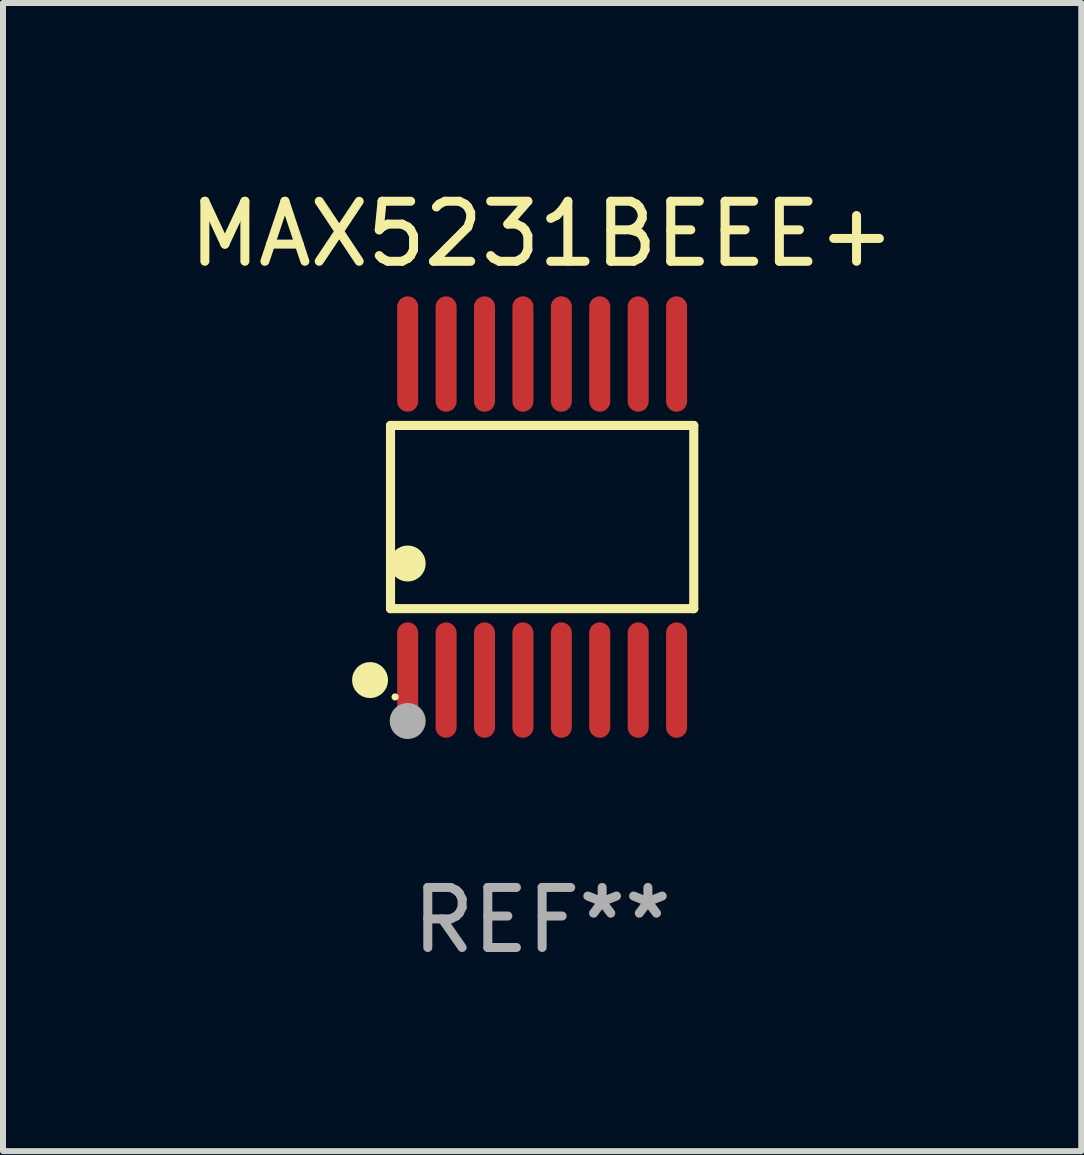
<source format=kicad_pcb>
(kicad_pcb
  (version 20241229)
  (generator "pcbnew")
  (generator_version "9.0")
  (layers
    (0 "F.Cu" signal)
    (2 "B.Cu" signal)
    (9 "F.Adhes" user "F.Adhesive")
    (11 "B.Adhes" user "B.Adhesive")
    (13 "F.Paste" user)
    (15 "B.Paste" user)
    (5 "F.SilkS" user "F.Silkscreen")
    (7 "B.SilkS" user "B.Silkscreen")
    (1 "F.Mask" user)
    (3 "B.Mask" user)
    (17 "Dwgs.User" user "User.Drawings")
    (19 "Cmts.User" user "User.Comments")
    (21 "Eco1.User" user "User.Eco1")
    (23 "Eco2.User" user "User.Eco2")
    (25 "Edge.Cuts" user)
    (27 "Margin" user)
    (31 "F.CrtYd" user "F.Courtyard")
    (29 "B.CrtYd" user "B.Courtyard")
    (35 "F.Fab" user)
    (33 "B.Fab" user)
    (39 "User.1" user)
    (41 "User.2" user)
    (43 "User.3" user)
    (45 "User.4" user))
  (footprint "MAX5231BEEE+"
    (layer "F.Cu")
    (at 5.982 5.564)
    (property "Reference" "MAX5231BEEE+" (at 0 -4.716 0) (layer "F.SilkS") (effects (font (size 1 1) (thickness 0.15))))
    (attr through_hole)
    (fp_line (start -2.526 -1.526) (end 2.526 -1.526) (stroke (width 0.152) (type solid)) (layer "F.SilkS"))
    (fp_line (start -2.526 1.526) (end -2.526 -1.526) (stroke (width 0.152) (type solid)) (layer "F.SilkS"))
    (fp_line (start 2.526 -1.526) (end 2.526 1.526) (stroke (width 0.152) (type solid)) (layer "F.SilkS"))
    (fp_line (start 2.526 1.526) (end -2.526 1.526) (stroke (width 0.152) (type solid)) (layer "F.SilkS"))
    (fp_circle (center -2.867 2.716) (end -2.717 2.716) (stroke (width 0.3) (type solid)) (fill no) (layer "F.SilkS"))
    (fp_circle (center -2.45 2.997) (end -2.42 2.997) (stroke (width 0.06) (type solid)) (fill no) (layer "F.SilkS"))
    (fp_circle (center -2.24 0.774) (end -2.09 0.774) (stroke (width 0.3) (type solid)) (fill no) (layer "F.SilkS"))
    (fp_circle (center -2.24 3.398) (end -2.09 3.398) (stroke (width 0.3) (type solid)) (fill no) (layer "F.Fab"))
    (fp_text user "REF**" (at 0 6.716 0) (layer "F.Fab") (effects (font (size 1 1) (thickness 0.15))))
    (pad "1" smd oval (at -2.24 2.716) (size 0.35 1.922) (layers "F.Cu" "F.Mask" "F.Paste"))
    (pad "2" smd oval (at -1.6 2.716) (size 0.35 1.922) (layers "F.Cu" "F.Mask" "F.Paste"))
    (pad "3" smd oval (at -0.96 2.716) (size 0.35 1.922) (layers "F.Cu" "F.Mask" "F.Paste"))
    (pad "4" smd oval (at -0.32 2.716) (size 0.35 1.922) (layers "F.Cu" "F.Mask" "F.Paste"))
    (pad "5" smd oval (at 0.32 2.716) (size 0.35 1.922) (layers "F.Cu" "F.Mask" "F.Paste"))
    (pad "6" smd oval (at 0.96 2.716) (size 0.35 1.922) (layers "F.Cu" "F.Mask" "F.Paste"))
    (pad "7" smd oval (at 1.6 2.716) (size 0.35 1.922) (layers "F.Cu" "F.Mask" "F.Paste"))
    (pad "8" smd oval (at 2.24 2.716) (size 0.35 1.922) (layers "F.Cu" "F.Mask" "F.Paste"))
    (pad "9" smd oval (at 2.24 -2.716) (size 0.35 1.922) (layers "F.Cu" "F.Mask" "F.Paste"))
    (pad "10" smd oval (at 1.6 -2.716) (size 0.35 1.922) (layers "F.Cu" "F.Mask" "F.Paste"))
    (pad "11" smd oval (at 0.96 -2.716) (size 0.35 1.922) (layers "F.Cu" "F.Mask" "F.Paste"))
    (pad "12" smd oval (at 0.32 -2.716) (size 0.35 1.922) (layers "F.Cu" "F.Mask" "F.Paste"))
    (pad "13" smd oval (at -0.32 -2.716) (size 0.35 1.922) (layers "F.Cu" "F.Mask" "F.Paste"))
    (pad "14" smd oval (at -0.96 -2.716) (size 0.35 1.922) (layers "F.Cu" "F.Mask" "F.Paste"))
    (pad "15" smd oval (at -1.6 -2.716) (size 0.35 1.922) (layers "F.Cu" "F.Mask" "F.Paste"))
    (pad "16" smd oval (at -2.24 -2.716) (size 0.35 1.922) (layers "F.Cu" "F.Mask" "F.Paste")))
  (gr_rect
    (start -3 -3)
    (end 14.964 16.128)
    (stroke (width 0.1) (type default))
    (fill no)
    (layer "Edge.Cuts")))
</source>
